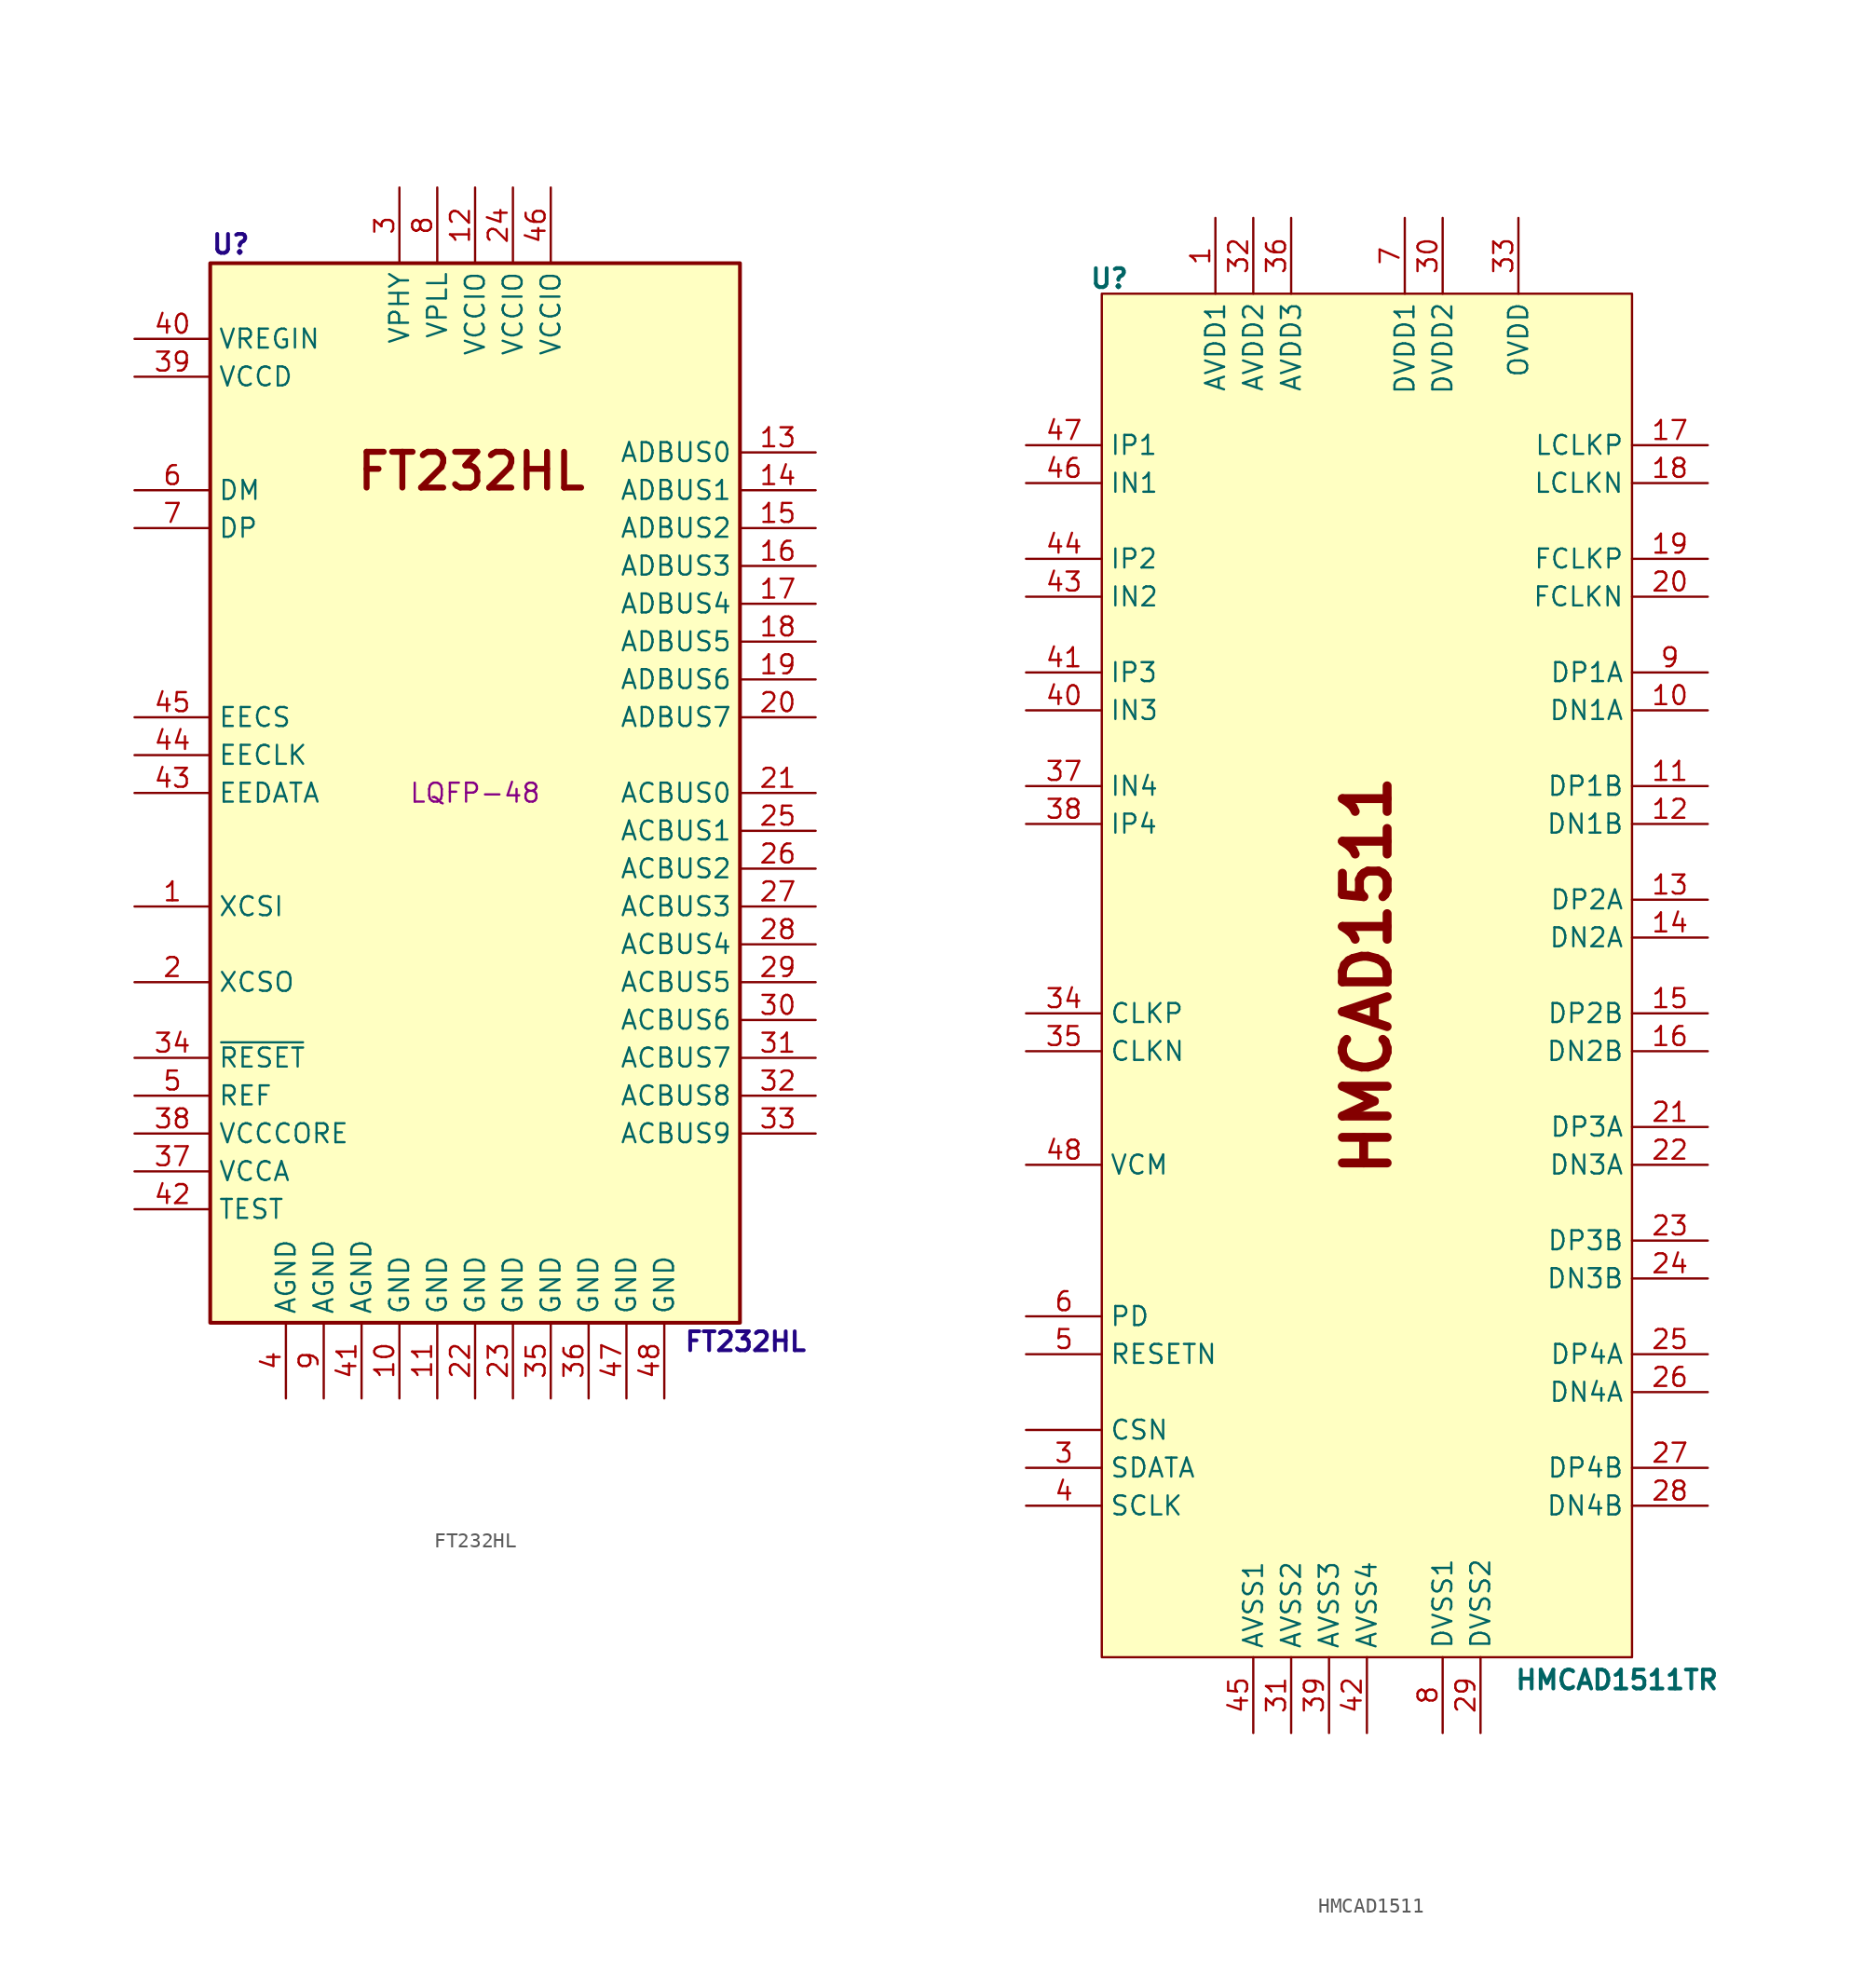
<source format=kicad_sym>
(kicad_symbol_lib
  (version 20241209)
  (generator "kicad_symbol_editor")
  (generator_version "9.0")
  (symbol "FT232HL"
    (property "Reference" "U"
      (at -17.78 36.83 0)
      (do_not_autoplace)
      (effects (font (size 1.27 1.27) (thickness 0.254) (bold yes) (color 34 4 131 1)) (justify left)))
    (property "Value" "FT232HL"
      (at 13.97 -36.83 0)
      (do_not_autoplace)
      (effects (font (size 1.27 1.27) (thickness 0.254) (bold yes) (color 34 4 131 1)) (justify left)))
    (property "Package" "LQFP-48"
      (at 0 0 0)
      (effects (font (size 1.27 1.27))))
    (symbol "FT232HL_1_1"
      (rectangle (start -17.78 35.56) (end 17.78 -35.56) (stroke (width 0.254) (type default)) (fill (type background)))
      (text "FT232HL" (at -0.254 21.59 0) (effects (font (size 2.4 2.4) (thickness 0.4) (bold yes))))
      (pin passive line (at -22.86 30.48 0) (length 5.08) (name "VREGIN" (effects (font (size 1.27 1.27)))) (number "40" (effects (font (size 1.27 1.27)))))
      (pin passive line (at -22.86 27.94 0) (length 5.08) (name "VCCD" (effects (font (size 1.27 1.27)))) (number "39" (effects (font (size 1.27 1.27)))))
      (pin passive line (at -22.86 20.32 0) (length 5.08) (name "DM" (effects (font (size 1.27 1.27)))) (number "6" (effects (font (size 1.27 1.27)))))
      (pin passive line (at -22.86 17.78 0) (length 5.08) (name "DP" (effects (font (size 1.27 1.27)))) (number "7" (effects (font (size 1.27 1.27)))))
      (pin passive line (at -22.86 5.08 0) (length 5.08) (name "EECS" (effects (font (size 1.27 1.27)))) (number "45" (effects (font (size 1.27 1.27)))))
      (pin passive line (at -22.86 2.54 0) (length 5.08) (name "EECLK" (effects (font (size 1.27 1.27)))) (number "44" (effects (font (size 1.27 1.27)))))
      (pin passive line (at -22.86 0 0) (length 5.08) (name "EEDATA" (effects (font (size 1.27 1.27)))) (number "43" (effects (font (size 1.27 1.27)))))
      (pin passive line (at -22.86 -7.62 0) (length 5.08) (name "XCSI" (effects (font (size 1.27 1.27)))) (number "1" (effects (font (size 1.27 1.27)))))
      (pin passive line (at -22.86 -12.7 0) (length 5.08) (name "XCSO" (effects (font (size 1.27 1.27)))) (number "2" (effects (font (size 1.27 1.27)))))
      (pin passive line (at -22.86 -17.78 0) (length 5.08) (name "~{RESET}" (effects (font (size 1.27 1.27)))) (number "34" (effects (font (size 1.27 1.27)))))
      (pin passive line (at -22.86 -20.32 0) (length 5.08) (name "REF" (effects (font (size 1.27 1.27)))) (number "5" (effects (font (size 1.27 1.27)))))
      (pin passive line (at -22.86 -22.86 0) (length 5.08) (name "VCCCORE" (effects (font (size 1.27 1.27)))) (number "38" (effects (font (size 1.27 1.27)))))
      (pin passive line (at -22.86 -25.4 0) (length 5.08) (name "VCCA" (effects (font (size 1.27 1.27)))) (number "37" (effects (font (size 1.27 1.27)))))
      (pin passive line (at -22.86 -27.94 0) (length 5.08) (name "TEST" (effects (font (size 1.27 1.27)))) (number "42" (effects (font (size 1.27 1.27)))))
      (pin passive line (at -12.7 -40.64 90) (length 5.08) (name "AGND" (effects (font (size 1.27 1.27)))) (number "4" (effects (font (size 1.27 1.27)))))
      (pin passive line (at -10.16 -40.64 90) (length 5.08) (name "AGND" (effects (font (size 1.27 1.27)))) (number "9" (effects (font (size 1.27 1.27)))))
      (pin passive line (at -7.62 -40.64 90) (length 5.08) (name "AGND" (effects (font (size 1.27 1.27)))) (number "41" (effects (font (size 1.27 1.27)))))
      (pin passive line (at -5.08 40.64 270) (length 5.08) (name "VPHY" (effects (font (size 1.27 1.27)))) (number "3" (effects (font (size 1.27 1.27)))))
      (pin passive line (at -5.08 -40.64 90) (length 5.08) (name "GND" (effects (font (size 1.27 1.27)))) (number "10" (effects (font (size 1.27 1.27)))))
      (pin passive line (at -2.54 40.64 270) (length 5.08) (name "VPLL" (effects (font (size 1.27 1.27)))) (number "8" (effects (font (size 1.27 1.27)))))
      (pin passive line (at -2.54 -40.64 90) (length 5.08) (name "GND" (effects (font (size 1.27 1.27)))) (number "11" (effects (font (size 1.27 1.27)))))
      (pin passive line (at 0 40.64 270) (length 5.08) (name "VCCIO" (effects (font (size 1.27 1.27)))) (number "12" (effects (font (size 1.27 1.27)))))
      (pin passive line (at 0 -40.64 90) (length 5.08) (name "GND" (effects (font (size 1.27 1.27)))) (number "22" (effects (font (size 1.27 1.27)))))
      (pin passive line (at 2.54 40.64 270) (length 5.08) (name "VCCIO" (effects (font (size 1.27 1.27)))) (number "24" (effects (font (size 1.27 1.27)))))
      (pin passive line (at 2.54 -40.64 90) (length 5.08) (name "GND" (effects (font (size 1.27 1.27)))) (number "23" (effects (font (size 1.27 1.27)))))
      (pin passive line (at 5.08 40.64 270) (length 5.08) (name "VCCIO" (effects (font (size 1.27 1.27)))) (number "46" (effects (font (size 1.27 1.27)))))
      (pin passive line (at 5.08 -40.64 90) (length 5.08) (name "GND" (effects (font (size 1.27 1.27)))) (number "35" (effects (font (size 1.27 1.27)))))
      (pin passive line (at 7.62 -40.64 90) (length 5.08) (name "GND" (effects (font (size 1.27 1.27)))) (number "36" (effects (font (size 1.27 1.27)))))
      (pin passive line (at 10.16 -40.64 90) (length 5.08) (name "GND" (effects (font (size 1.27 1.27)))) (number "47" (effects (font (size 1.27 1.27)))))
      (pin passive line (at 12.7 -40.64 90) (length 5.08) (name "GND" (effects (font (size 1.27 1.27)))) (number "48" (effects (font (size 1.27 1.27)))))
      (pin passive line (at 22.86 22.86 180) (length 5.08) (name "ADBUS0" (effects (font (size 1.27 1.27)))) (number "13" (effects (font (size 1.27 1.27)))))
      (pin passive line (at 22.86 20.32 180) (length 5.08) (name "ADBUS1" (effects (font (size 1.27 1.27)))) (number "14" (effects (font (size 1.27 1.27)))))
      (pin passive line (at 22.86 17.78 180) (length 5.08) (name "ADBUS2" (effects (font (size 1.27 1.27)))) (number "15" (effects (font (size 1.27 1.27)))))
      (pin passive line (at 22.86 15.24 180) (length 5.08) (name "ADBUS3" (effects (font (size 1.27 1.27)))) (number "16" (effects (font (size 1.27 1.27)))))
      (pin passive line (at 22.86 12.7 180) (length 5.08) (name "ADBUS4" (effects (font (size 1.27 1.27)))) (number "17" (effects (font (size 1.27 1.27)))))
      (pin passive line (at 22.86 10.16 180) (length 5.08) (name "ADBUS5" (effects (font (size 1.27 1.27)))) (number "18" (effects (font (size 1.27 1.27)))))
      (pin passive line (at 22.86 7.62 180) (length 5.08) (name "ADBUS6" (effects (font (size 1.27 1.27)))) (number "19" (effects (font (size 1.27 1.27)))))
      (pin passive line (at 22.86 5.08 180) (length 5.08) (name "ADBUS7" (effects (font (size 1.27 1.27)))) (number "20" (effects (font (size 1.27 1.27)))))
      (pin passive line (at 22.86 0 180) (length 5.08) (name "ACBUS0" (effects (font (size 1.27 1.27)))) (number "21" (effects (font (size 1.27 1.27)))))
      (pin passive line (at 22.86 -2.54 180) (length 5.08) (name "ACBUS1" (effects (font (size 1.27 1.27)))) (number "25" (effects (font (size 1.27 1.27)))))
      (pin passive line (at 22.86 -5.08 180) (length 5.08) (name "ACBUS2" (effects (font (size 1.27 1.27)))) (number "26" (effects (font (size 1.27 1.27)))))
      (pin passive line (at 22.86 -7.62 180) (length 5.08) (name "ACBUS3" (effects (font (size 1.27 1.27)))) (number "27" (effects (font (size 1.27 1.27)))))
      (pin passive line (at 22.86 -10.16 180) (length 5.08) (name "ACBUS4" (effects (font (size 1.27 1.27)))) (number "28" (effects (font (size 1.27 1.27)))))
      (pin passive line (at 22.86 -12.7 180) (length 5.08) (name "ACBUS5" (effects (font (size 1.27 1.27)))) (number "29" (effects (font (size 1.27 1.27)))))
      (pin passive line (at 22.86 -15.24 180) (length 5.08) (name "ACBUS6" (effects (font (size 1.27 1.27)))) (number "30" (effects (font (size 1.27 1.27)))))
      (pin passive line (at 22.86 -17.78 180) (length 5.08) (name "ACBUS7" (effects (font (size 1.27 1.27)))) (number "31" (effects (font (size 1.27 1.27)))))
      (pin passive line (at 22.86 -20.32 180) (length 5.08) (name "ACBUS8" (effects (font (size 1.27 1.27)))) (number "32" (effects (font (size 1.27 1.27)))))
      (pin passive line (at 22.86 -22.86 180) (length 5.08) (name "ACBUS9" (effects (font (size 1.27 1.27)))) (number "33" (effects (font (size 1.27 1.27)))))))
  (symbol "HMCAD1511"
    (property "Reference" "U"
      (at -17.272 46.736 0)
      (effects (font (size 1.27 1.27) (thickness 0.254) (bold yes))))
    (property "Value" "HMCAD1511TR"
      (at 16.764 -47.244 0)
      (effects (font (size 1.27 1.27) (thickness 0.254) (bold yes))))
    (symbol "HMCAD1511_1_1"
      (rectangle (start -17.78 45.72) (end 17.78 -45.72) (stroke (width 0) (type solid)) (fill (type background)))
      (text "HMCAD1511" (at 0 0 900) (effects (font (size 3 3) (thickness 0.6) (bold yes))))
      (pin passive line (at -22.86 35.56 0) (length 5.08) (name "IP1" (effects (font (size 1.27 1.27)))) (number "47" (effects (font (size 1.27 1.27)))))
      (pin passive line (at -22.86 33.02 0) (length 5.08) (name "IN1" (effects (font (size 1.27 1.27)))) (number "46" (effects (font (size 1.27 1.27)))))
      (pin passive line (at -22.86 27.94 0) (length 5.08) (name "IP2" (effects (font (size 1.27 1.27)))) (number "44" (effects (font (size 1.27 1.27)))))
      (pin passive line (at -22.86 25.4 0) (length 5.08) (name "IN2" (effects (font (size 1.27 1.27)))) (number "43" (effects (font (size 1.27 1.27)))))
      (pin passive line (at -22.86 20.32 0) (length 5.08) (name "IP3" (effects (font (size 1.27 1.27)))) (number "41" (effects (font (size 1.27 1.27)))))
      (pin passive line (at -22.86 17.78 0) (length 5.08) (name "IN3" (effects (font (size 1.27 1.27)))) (number "40" (effects (font (size 1.27 1.27)))))
      (pin passive line (at -22.86 12.7 0) (length 5.08) (name "IN4" (effects (font (size 1.27 1.27)))) (number "37" (effects (font (size 1.27 1.27)))))
      (pin passive line (at -22.86 10.16 0) (length 5.08) (name "IP4" (effects (font (size 1.27 1.27)))) (number "38" (effects (font (size 1.27 1.27)))))
      (pin passive line (at -22.86 -2.54 0) (length 5.08) (name "CLKP" (effects (font (size 1.27 1.27)))) (number "34" (effects (font (size 1.27 1.27)))))
      (pin passive line (at -22.86 -5.08 0) (length 5.08) (name "CLKN" (effects (font (size 1.27 1.27)))) (number "35" (effects (font (size 1.27 1.27)))))
      (pin passive line (at -22.86 -12.7 0) (length 5.08) (name "VCM" (effects (font (size 1.27 1.27)))) (number "48" (effects (font (size 1.27 1.27)))))
      (pin passive line (at -22.86 -22.86 0) (length 5.08) (name "PD" (effects (font (size 1.27 1.27)))) (number "6" (effects (font (size 1.27 1.27)))))
      (pin passive line (at -22.86 -25.4 0) (length 5.08) (name "RESETN" (effects (font (size 1.27 1.27)))) (number "5" (effects (font (size 1.27 1.27)))))
      (pin passive line (at -22.86 -30.48 0) (length 5.08) (name "CSN" (effects (font (size 1.27 1.27)))) (number "" (effects (font (size 1.27 1.27)))))
      (pin passive line (at -22.86 -33.02 0) (length 5.08) (name "SDATA" (effects (font (size 1.27 1.27)))) (number "3" (effects (font (size 1.27 1.27)))))
      (pin passive line (at -22.86 -35.56 0) (length 5.08) (name "SCLK" (effects (font (size 1.27 1.27)))) (number "4" (effects (font (size 1.27 1.27)))))
      (pin passive line (at -10.16 50.8 270) (length 5.08) (name "AVDD1" (effects (font (size 1.27 1.27)))) (number "1" (effects (font (size 1.27 1.27)))))
      (pin passive line (at -7.62 50.8 270) (length 5.08) (name "AVDD2" (effects (font (size 1.27 1.27)))) (number "32" (effects (font (size 1.27 1.27)))))
      (pin passive line (at -7.62 -50.8 90) (length 5.08) (name "AVSS1" (effects (font (size 1.27 1.27)))) (number "45" (effects (font (size 1.27 1.27)))))
      (pin passive line (at -5.08 50.8 270) (length 5.08) (name "AVDD3" (effects (font (size 1.27 1.27)))) (number "36" (effects (font (size 1.27 1.27)))))
      (pin passive line (at -5.08 -50.8 90) (length 5.08) (name "AVSS2" (effects (font (size 1.27 1.27)))) (number "31" (effects (font (size 1.27 1.27)))))
      (pin passive line (at -2.54 -50.8 90) (length 5.08) (name "AVSS3" (effects (font (size 1.27 1.27)))) (number "39" (effects (font (size 1.27 1.27)))))
      (pin passive line (at 0 -50.8 90) (length 5.08) (name "AVSS4" (effects (font (size 1.27 1.27)))) (number "42" (effects (font (size 1.27 1.27)))))
      (pin passive line (at 2.54 50.8 270) (length 5.08) (name "DVDD1" (effects (font (size 1.27 1.27)))) (number "7" (effects (font (size 1.27 1.27)))))
      (pin passive line (at 5.08 50.8 270) (length 5.08) (name "DVDD2" (effects (font (size 1.27 1.27)))) (number "30" (effects (font (size 1.27 1.27)))))
      (pin passive line (at 5.08 -50.8 90) (length 5.08) (name "DVSS1" (effects (font (size 1.27 1.27)))) (number "8" (effects (font (size 1.27 1.27)))))
      (pin passive line (at 7.62 -50.8 90) (length 5.08) (name "DVSS2" (effects (font (size 1.27 1.27)))) (number "29" (effects (font (size 1.27 1.27)))))
      (pin passive line (at 10.16 50.8 270) (length 5.08) (name "OVDD" (effects (font (size 1.27 1.27)))) (number "33" (effects (font (size 1.27 1.27)))))
      (pin passive line (at 22.86 35.56 180) (length 5.08) (name "LCLKP" (effects (font (size 1.27 1.27)))) (number "17" (effects (font (size 1.27 1.27)))))
      (pin passive line (at 22.86 33.02 180) (length 5.08) (name "LCLKN" (effects (font (size 1.27 1.27)))) (number "18" (effects (font (size 1.27 1.27)))))
      (pin passive line (at 22.86 27.94 180) (length 5.08) (name "FCLKP" (effects (font (size 1.27 1.27)))) (number "19" (effects (font (size 1.27 1.27)))))
      (pin passive line (at 22.86 25.4 180) (length 5.08) (name "FCLKN" (effects (font (size 1.27 1.27)))) (number "20" (effects (font (size 1.27 1.27)))))
      (pin passive line (at 22.86 20.32 180) (length 5.08) (name "DP1A" (effects (font (size 1.27 1.27)))) (number "9" (effects (font (size 1.27 1.27)))))
      (pin passive line (at 22.86 17.78 180) (length 5.08) (name "DN1A" (effects (font (size 1.27 1.27)))) (number "10" (effects (font (size 1.27 1.27)))))
      (pin passive line (at 22.86 12.7 180) (length 5.08) (name "DP1B" (effects (font (size 1.27 1.27)))) (number "11" (effects (font (size 1.27 1.27)))))
      (pin passive line (at 22.86 10.16 180) (length 5.08) (name "DN1B" (effects (font (size 1.27 1.27)))) (number "12" (effects (font (size 1.27 1.27)))))
      (pin passive line (at 22.86 5.08 180) (length 5.08) (name "DP2A" (effects (font (size 1.27 1.27)))) (number "13" (effects (font (size 1.27 1.27)))))
      (pin passive line (at 22.86 2.54 180) (length 5.08) (name "DN2A" (effects (font (size 1.27 1.27)))) (number "14" (effects (font (size 1.27 1.27)))))
      (pin passive line (at 22.86 -2.54 180) (length 5.08) (name "DP2B" (effects (font (size 1.27 1.27)))) (number "15" (effects (font (size 1.27 1.27)))))
      (pin passive line (at 22.86 -5.08 180) (length 5.08) (name "DN2B" (effects (font (size 1.27 1.27)))) (number "16" (effects (font (size 1.27 1.27)))))
      (pin passive line (at 22.86 -10.16 180) (length 5.08) (name "DP3A" (effects (font (size 1.27 1.27)))) (number "21" (effects (font (size 1.27 1.27)))))
      (pin passive line (at 22.86 -12.7 180) (length 5.08) (name "DN3A" (effects (font (size 1.27 1.27)))) (number "22" (effects (font (size 1.27 1.27)))))
      (pin passive line (at 22.86 -17.78 180) (length 5.08) (name "DP3B" (effects (font (size 1.27 1.27)))) (number "23" (effects (font (size 1.27 1.27)))))
      (pin passive line (at 22.86 -20.32 180) (length 5.08) (name "DN3B" (effects (font (size 1.27 1.27)))) (number "24" (effects (font (size 1.27 1.27)))))
      (pin passive line (at 22.86 -25.4 180) (length 5.08) (name "DP4A" (effects (font (size 1.27 1.27)))) (number "25" (effects (font (size 1.27 1.27)))))
      (pin passive line (at 22.86 -27.94 180) (length 5.08) (name "DN4A" (effects (font (size 1.27 1.27)))) (number "26" (effects (font (size 1.27 1.27)))))
      (pin passive line (at 22.86 -33.02 180) (length 5.08) (name "DP4B" (effects (font (size 1.27 1.27)))) (number "27" (effects (font (size 1.27 1.27)))))
      (pin passive line (at 22.86 -35.56 180) (length 5.08) (name "DN4B" (effects (font (size 1.27 1.27)))) (number "28" (effects (font (size 1.27 1.27))))))))
</source>
